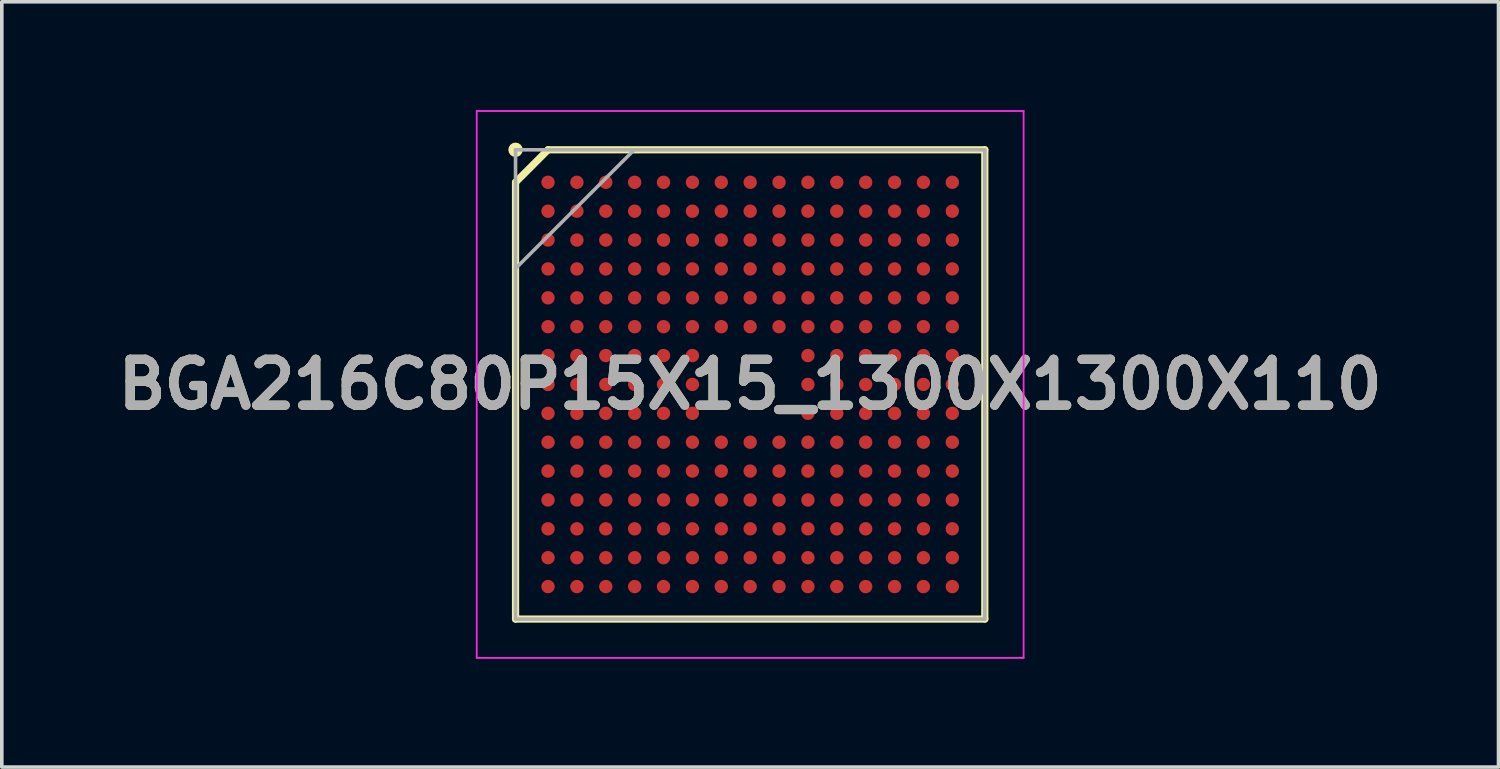
<source format=kicad_pcb>
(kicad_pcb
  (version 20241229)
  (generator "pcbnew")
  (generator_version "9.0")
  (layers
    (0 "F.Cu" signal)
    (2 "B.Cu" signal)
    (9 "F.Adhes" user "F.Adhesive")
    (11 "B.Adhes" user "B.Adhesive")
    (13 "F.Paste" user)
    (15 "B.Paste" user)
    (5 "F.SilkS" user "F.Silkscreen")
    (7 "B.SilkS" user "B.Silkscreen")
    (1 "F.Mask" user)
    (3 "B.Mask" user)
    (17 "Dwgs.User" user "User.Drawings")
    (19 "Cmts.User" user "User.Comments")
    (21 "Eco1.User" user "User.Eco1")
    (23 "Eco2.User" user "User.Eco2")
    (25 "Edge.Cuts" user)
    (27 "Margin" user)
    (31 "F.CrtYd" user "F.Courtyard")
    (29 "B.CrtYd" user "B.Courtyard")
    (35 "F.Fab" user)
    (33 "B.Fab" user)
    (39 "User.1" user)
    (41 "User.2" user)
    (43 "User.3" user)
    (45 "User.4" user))
  (footprint "BGA216C80P15X15_1300X1300X110"
    (layer "F.Cu")
    (at 17.732 7.6)
    (property "Reference" "BGA216C80P15X15_1300X1300X110" (at 0 0 0) (layer "F.SilkS") (effects (font (size 1.27 1.27) (thickness 0.254))))
    (attr smd)
    (fp_line (start -6.5 -5.6) (end -5.6 -6.5) (stroke (width 0.2) (type solid)) (layer "F.SilkS"))
    (fp_line (start -6.5 6.5) (end -6.5 -5.6) (stroke (width 0.2) (type solid)) (layer "F.SilkS"))
    (fp_line (start -5.6 -6.5) (end 6.5 -6.5) (stroke (width 0.2) (type solid)) (layer "F.SilkS"))
    (fp_line (start 6.5 -6.5) (end 6.5 6.5) (stroke (width 0.2) (type solid)) (layer "F.SilkS"))
    (fp_line (start 6.5 6.5) (end -6.5 6.5) (stroke (width 0.2) (type solid)) (layer "F.SilkS"))
    (fp_circle (center -6.5 -6.5) (end -6.5 -6.4) (stroke (width 0.2) (type solid)) (fill no) (layer "F.SilkS"))
    (fp_line (start -7.575 -7.575) (end 7.575 -7.575) (stroke (width 0.05) (type solid)) (layer "F.CrtYd"))
    (fp_line (start -7.575 7.575) (end -7.575 -7.575) (stroke (width 0.05) (type solid)) (layer "F.CrtYd"))
    (fp_line (start 7.575 -7.575) (end 7.575 7.575) (stroke (width 0.05) (type solid)) (layer "F.CrtYd"))
    (fp_line (start 7.575 7.575) (end -7.575 7.575) (stroke (width 0.05) (type solid)) (layer "F.CrtYd"))
    (fp_line (start -6.5 -6.5) (end 6.5 -6.5) (stroke (width 0.1) (type solid)) (layer "F.Fab"))
    (fp_line (start -6.5 -3.212) (end -3.212 -6.5) (stroke (width 0.1) (type solid)) (layer "F.Fab"))
    (fp_line (start -6.5 6.5) (end -6.5 -6.5) (stroke (width 0.1) (type solid)) (layer "F.Fab"))
    (fp_line (start 6.5 -6.5) (end 6.5 6.5) (stroke (width 0.1) (type solid)) (layer "F.Fab"))
    (fp_line (start 6.5 6.5) (end -6.5 6.5) (stroke (width 0.1) (type solid)) (layer "F.Fab"))
    (fp_text user "${REFERENCE}" (at 0 0 0) (layer "F.Fab") (effects (font (size 1.27 1.27) (thickness 0.254))))
    (pad "A1" smd circle (at -5.6 -5.6 90) (size 0.37 0.37) (layers "F.Cu" "F.Mask" "F.Paste"))
    (pad "A2" smd circle (at -4.8 -5.6 90) (size 0.37 0.37) (layers "F.Cu" "F.Mask" "F.Paste"))
    (pad "A3" smd circle (at -4 -5.6 90) (size 0.37 0.37) (layers "F.Cu" "F.Mask" "F.Paste"))
    (pad "A4" smd circle (at -3.2 -5.6 90) (size 0.37 0.37) (layers "F.Cu" "F.Mask" "F.Paste"))
    (pad "A5" smd circle (at -2.4 -5.6 90) (size 0.37 0.37) (layers "F.Cu" "F.Mask" "F.Paste"))
    (pad "A6" smd circle (at -1.6 -5.6 90) (size 0.37 0.37) (layers "F.Cu" "F.Mask" "F.Paste"))
    (pad "A7" smd circle (at -0.8 -5.6 90) (size 0.37 0.37) (layers "F.Cu" "F.Mask" "F.Paste"))
    (pad "A8" smd circle (at 0 -5.6 90) (size 0.37 0.37) (layers "F.Cu" "F.Mask" "F.Paste"))
    (pad "A9" smd circle (at 0.8 -5.6 90) (size 0.37 0.37) (layers "F.Cu" "F.Mask" "F.Paste"))
    (pad "A10" smd circle (at 1.6 -5.6 90) (size 0.37 0.37) (layers "F.Cu" "F.Mask" "F.Paste"))
    (pad "A11" smd circle (at 2.4 -5.6 90) (size 0.37 0.37) (layers "F.Cu" "F.Mask" "F.Paste"))
    (pad "A12" smd circle (at 3.2 -5.6 90) (size 0.37 0.37) (layers "F.Cu" "F.Mask" "F.Paste"))
    (pad "A13" smd circle (at 4 -5.6 90) (size 0.37 0.37) (layers "F.Cu" "F.Mask" "F.Paste"))
    (pad "A14" smd circle (at 4.8 -5.6 90) (size 0.37 0.37) (layers "F.Cu" "F.Mask" "F.Paste"))
    (pad "A15" smd circle (at 5.6 -5.6 90) (size 0.37 0.37) (layers "F.Cu" "F.Mask" "F.Paste"))
    (pad "B1" smd circle (at -5.6 -4.8 90) (size 0.37 0.37) (layers "F.Cu" "F.Mask" "F.Paste"))
    (pad "B2" smd circle (at -4.8 -4.8 90) (size 0.37 0.37) (layers "F.Cu" "F.Mask" "F.Paste"))
    (pad "B3" smd circle (at -4 -4.8 90) (size 0.37 0.37) (layers "F.Cu" "F.Mask" "F.Paste"))
    (pad "B4" smd circle (at -3.2 -4.8 90) (size 0.37 0.37) (layers "F.Cu" "F.Mask" "F.Paste"))
    (pad "B5" smd circle (at -2.4 -4.8 90) (size 0.37 0.37) (layers "F.Cu" "F.Mask" "F.Paste"))
    (pad "B6" smd circle (at -1.6 -4.8 90) (size 0.37 0.37) (layers "F.Cu" "F.Mask" "F.Paste"))
    (pad "B7" smd circle (at -0.8 -4.8 90) (size 0.37 0.37) (layers "F.Cu" "F.Mask" "F.Paste"))
    (pad "B8" smd circle (at 0 -4.8 90) (size 0.37 0.37) (layers "F.Cu" "F.Mask" "F.Paste"))
    (pad "B9" smd circle (at 0.8 -4.8 90) (size 0.37 0.37) (layers "F.Cu" "F.Mask" "F.Paste"))
    (pad "B10" smd circle (at 1.6 -4.8 90) (size 0.37 0.37) (layers "F.Cu" "F.Mask" "F.Paste"))
    (pad "B11" smd circle (at 2.4 -4.8 90) (size 0.37 0.37) (layers "F.Cu" "F.Mask" "F.Paste"))
    (pad "B12" smd circle (at 3.2 -4.8 90) (size 0.37 0.37) (layers "F.Cu" "F.Mask" "F.Paste"))
    (pad "B13" smd circle (at 4 -4.8 90) (size 0.37 0.37) (layers "F.Cu" "F.Mask" "F.Paste"))
    (pad "B14" smd circle (at 4.8 -4.8 90) (size 0.37 0.37) (layers "F.Cu" "F.Mask" "F.Paste"))
    (pad "B15" smd circle (at 5.6 -4.8 90) (size 0.37 0.37) (layers "F.Cu" "F.Mask" "F.Paste"))
    (pad "C1" smd circle (at -5.6 -4 90) (size 0.37 0.37) (layers "F.Cu" "F.Mask" "F.Paste"))
    (pad "C2" smd circle (at -4.8 -4 90) (size 0.37 0.37) (layers "F.Cu" "F.Mask" "F.Paste"))
    (pad "C3" smd circle (at -4 -4 90) (size 0.37 0.37) (layers "F.Cu" "F.Mask" "F.Paste"))
    (pad "C4" smd circle (at -3.2 -4 90) (size 0.37 0.37) (layers "F.Cu" "F.Mask" "F.Paste"))
    (pad "C5" smd circle (at -2.4 -4 90) (size 0.37 0.37) (layers "F.Cu" "F.Mask" "F.Paste"))
    (pad "C6" smd circle (at -1.6 -4 90) (size 0.37 0.37) (layers "F.Cu" "F.Mask" "F.Paste"))
    (pad "C7" smd circle (at -0.8 -4 90) (size 0.37 0.37) (layers "F.Cu" "F.Mask" "F.Paste"))
    (pad "C8" smd circle (at 0 -4 90) (size 0.37 0.37) (layers "F.Cu" "F.Mask" "F.Paste"))
    (pad "C9" smd circle (at 0.8 -4 90) (size 0.37 0.37) (layers "F.Cu" "F.Mask" "F.Paste"))
    (pad "C10" smd circle (at 1.6 -4 90) (size 0.37 0.37) (layers "F.Cu" "F.Mask" "F.Paste"))
    (pad "C11" smd circle (at 2.4 -4 90) (size 0.37 0.37) (layers "F.Cu" "F.Mask" "F.Paste"))
    (pad "C12" smd circle (at 3.2 -4 90) (size 0.37 0.37) (layers "F.Cu" "F.Mask" "F.Paste"))
    (pad "C13" smd circle (at 4 -4 90) (size 0.37 0.37) (layers "F.Cu" "F.Mask" "F.Paste"))
    (pad "C14" smd circle (at 4.8 -4 90) (size 0.37 0.37) (layers "F.Cu" "F.Mask" "F.Paste"))
    (pad "C15" smd circle (at 5.6 -4 90) (size 0.37 0.37) (layers "F.Cu" "F.Mask" "F.Paste"))
    (pad "D1" smd circle (at -5.6 -3.2 90) (size 0.37 0.37) (layers "F.Cu" "F.Mask" "F.Paste"))
    (pad "D2" smd circle (at -4.8 -3.2 90) (size 0.37 0.37) (layers "F.Cu" "F.Mask" "F.Paste"))
    (pad "D3" smd circle (at -4 -3.2 90) (size 0.37 0.37) (layers "F.Cu" "F.Mask" "F.Paste"))
    (pad "D4" smd circle (at -3.2 -3.2 90) (size 0.37 0.37) (layers "F.Cu" "F.Mask" "F.Paste"))
    (pad "D5" smd circle (at -2.4 -3.2 90) (size 0.37 0.37) (layers "F.Cu" "F.Mask" "F.Paste"))
    (pad "D6" smd circle (at -1.6 -3.2 90) (size 0.37 0.37) (layers "F.Cu" "F.Mask" "F.Paste"))
    (pad "D7" smd circle (at -0.8 -3.2 90) (size 0.37 0.37) (layers "F.Cu" "F.Mask" "F.Paste"))
    (pad "D8" smd circle (at 0 -3.2 90) (size 0.37 0.37) (layers "F.Cu" "F.Mask" "F.Paste"))
    (pad "D9" smd circle (at 0.8 -3.2 90) (size 0.37 0.37) (layers "F.Cu" "F.Mask" "F.Paste"))
    (pad "D10" smd circle (at 1.6 -3.2 90) (size 0.37 0.37) (layers "F.Cu" "F.Mask" "F.Paste"))
    (pad "D11" smd circle (at 2.4 -3.2 90) (size 0.37 0.37) (layers "F.Cu" "F.Mask" "F.Paste"))
    (pad "D12" smd circle (at 3.2 -3.2 90) (size 0.37 0.37) (layers "F.Cu" "F.Mask" "F.Paste"))
    (pad "D13" smd circle (at 4 -3.2 90) (size 0.37 0.37) (layers "F.Cu" "F.Mask" "F.Paste"))
    (pad "D14" smd circle (at 4.8 -3.2 90) (size 0.37 0.37) (layers "F.Cu" "F.Mask" "F.Paste"))
    (pad "D15" smd circle (at 5.6 -3.2 90) (size 0.37 0.37) (layers "F.Cu" "F.Mask" "F.Paste"))
    (pad "E1" smd circle (at -5.6 -2.4 90) (size 0.37 0.37) (layers "F.Cu" "F.Mask" "F.Paste"))
    (pad "E2" smd circle (at -4.8 -2.4 90) (size 0.37 0.37) (layers "F.Cu" "F.Mask" "F.Paste"))
    (pad "E3" smd circle (at -4 -2.4 90) (size 0.37 0.37) (layers "F.Cu" "F.Mask" "F.Paste"))
    (pad "E4" smd circle (at -3.2 -2.4 90) (size 0.37 0.37) (layers "F.Cu" "F.Mask" "F.Paste"))
    (pad "E5" smd circle (at -2.4 -2.4 90) (size 0.37 0.37) (layers "F.Cu" "F.Mask" "F.Paste"))
    (pad "E6" smd circle (at -1.6 -2.4 90) (size 0.37 0.37) (layers "F.Cu" "F.Mask" "F.Paste"))
    (pad "E7" smd circle (at -0.8 -2.4 90) (size 0.37 0.37) (layers "F.Cu" "F.Mask" "F.Paste"))
    (pad "E8" smd circle (at 0 -2.4 90) (size 0.37 0.37) (layers "F.Cu" "F.Mask" "F.Paste"))
    (pad "E9" smd circle (at 0.8 -2.4 90) (size 0.37 0.37) (layers "F.Cu" "F.Mask" "F.Paste"))
    (pad "E10" smd circle (at 1.6 -2.4 90) (size 0.37 0.37) (layers "F.Cu" "F.Mask" "F.Paste"))
    (pad "E11" smd circle (at 2.4 -2.4 90) (size 0.37 0.37) (layers "F.Cu" "F.Mask" "F.Paste"))
    (pad "E12" smd circle (at 3.2 -2.4 90) (size 0.37 0.37) (layers "F.Cu" "F.Mask" "F.Paste"))
    (pad "E13" smd circle (at 4 -2.4 90) (size 0.37 0.37) (layers "F.Cu" "F.Mask" "F.Paste"))
    (pad "E14" smd circle (at 4.8 -2.4 90) (size 0.37 0.37) (layers "F.Cu" "F.Mask" "F.Paste"))
    (pad "E15" smd circle (at 5.6 -2.4 90) (size 0.37 0.37) (layers "F.Cu" "F.Mask" "F.Paste"))
    (pad "F1" smd circle (at -5.6 -1.6 90) (size 0.37 0.37) (layers "F.Cu" "F.Mask" "F.Paste"))
    (pad "F2" smd circle (at -4.8 -1.6 90) (size 0.37 0.37) (layers "F.Cu" "F.Mask" "F.Paste"))
    (pad "F3" smd circle (at -4 -1.6 90) (size 0.37 0.37) (layers "F.Cu" "F.Mask" "F.Paste"))
    (pad "F4" smd circle (at -3.2 -1.6 90) (size 0.37 0.37) (layers "F.Cu" "F.Mask" "F.Paste"))
    (pad "F5" smd circle (at -2.4 -1.6 90) (size 0.37 0.37) (layers "F.Cu" "F.Mask" "F.Paste"))
    (pad "F6" smd circle (at -1.6 -1.6 90) (size 0.37 0.37) (layers "F.Cu" "F.Mask" "F.Paste"))
    (pad "F7" smd circle (at -0.8 -1.6 90) (size 0.37 0.37) (layers "F.Cu" "F.Mask" "F.Paste"))
    (pad "F8" smd circle (at 0 -1.6 90) (size 0.37 0.37) (layers "F.Cu" "F.Mask" "F.Paste"))
    (pad "F9" smd circle (at 0.8 -1.6 90) (size 0.37 0.37) (layers "F.Cu" "F.Mask" "F.Paste"))
    (pad "F10" smd circle (at 1.6 -1.6 90) (size 0.37 0.37) (layers "F.Cu" "F.Mask" "F.Paste"))
    (pad "F11" smd circle (at 2.4 -1.6 90) (size 0.37 0.37) (layers "F.Cu" "F.Mask" "F.Paste"))
    (pad "F12" smd circle (at 3.2 -1.6 90) (size 0.37 0.37) (layers "F.Cu" "F.Mask" "F.Paste"))
    (pad "F13" smd circle (at 4 -1.6 90) (size 0.37 0.37) (layers "F.Cu" "F.Mask" "F.Paste"))
    (pad "F14" smd circle (at 4.8 -1.6 90) (size 0.37 0.37) (layers "F.Cu" "F.Mask" "F.Paste"))
    (pad "F15" smd circle (at 5.6 -1.6 90) (size 0.37 0.37) (layers "F.Cu" "F.Mask" "F.Paste"))
    (pad "G1" smd circle (at -5.6 -0.8 90) (size 0.37 0.37) (layers "F.Cu" "F.Mask" "F.Paste"))
    (pad "G2" smd circle (at -4.8 -0.8 90) (size 0.37 0.37) (layers "F.Cu" "F.Mask" "F.Paste"))
    (pad "G3" smd circle (at -4 -0.8 90) (size 0.37 0.37) (layers "F.Cu" "F.Mask" "F.Paste"))
    (pad "G4" smd circle (at -3.2 -0.8 90) (size 0.37 0.37) (layers "F.Cu" "F.Mask" "F.Paste"))
    (pad "G5" smd circle (at -2.4 -0.8 90) (size 0.37 0.37) (layers "F.Cu" "F.Mask" "F.Paste"))
    (pad "G6" smd circle (at -1.6 -0.8 90) (size 0.37 0.37) (layers "F.Cu" "F.Mask" "F.Paste"))
    (pad "G10" smd circle (at 1.6 -0.8 90) (size 0.37 0.37) (layers "F.Cu" "F.Mask" "F.Paste"))
    (pad "G11" smd circle (at 2.4 -0.8 90) (size 0.37 0.37) (layers "F.Cu" "F.Mask" "F.Paste"))
    (pad "G12" smd circle (at 3.2 -0.8 90) (size 0.37 0.37) (layers "F.Cu" "F.Mask" "F.Paste"))
    (pad "G13" smd circle (at 4 -0.8 90) (size 0.37 0.37) (layers "F.Cu" "F.Mask" "F.Paste"))
    (pad "G14" smd circle (at 4.8 -0.8 90) (size 0.37 0.37) (layers "F.Cu" "F.Mask" "F.Paste"))
    (pad "G15" smd circle (at 5.6 -0.8 90) (size 0.37 0.37) (layers "F.Cu" "F.Mask" "F.Paste"))
    (pad "H1" smd circle (at -5.6 0 90) (size 0.37 0.37) (layers "F.Cu" "F.Mask" "F.Paste"))
    (pad "H2" smd circle (at -4.8 0 90) (size 0.37 0.37) (layers "F.Cu" "F.Mask" "F.Paste"))
    (pad "H3" smd circle (at -4 0 90) (size 0.37 0.37) (layers "F.Cu" "F.Mask" "F.Paste"))
    (pad "H4" smd circle (at -3.2 0 90) (size 0.37 0.37) (layers "F.Cu" "F.Mask" "F.Paste"))
    (pad "H5" smd circle (at -2.4 0 90) (size 0.37 0.37) (layers "F.Cu" "F.Mask" "F.Paste"))
    (pad "H6" smd circle (at -1.6 0 90) (size 0.37 0.37) (layers "F.Cu" "F.Mask" "F.Paste"))
    (pad "H10" smd circle (at 1.6 0 90) (size 0.37 0.37) (layers "F.Cu" "F.Mask" "F.Paste"))
    (pad "H11" smd circle (at 2.4 0 90) (size 0.37 0.37) (layers "F.Cu" "F.Mask" "F.Paste"))
    (pad "H12" smd circle (at 3.2 0 90) (size 0.37 0.37) (layers "F.Cu" "F.Mask" "F.Paste"))
    (pad "H13" smd circle (at 4 0 90) (size 0.37 0.37) (layers "F.Cu" "F.Mask" "F.Paste"))
    (pad "H14" smd circle (at 4.8 0 90) (size 0.37 0.37) (layers "F.Cu" "F.Mask" "F.Paste"))
    (pad "H15" smd circle (at 5.6 0 90) (size 0.37 0.37) (layers "F.Cu" "F.Mask" "F.Paste"))
    (pad "J1" smd circle (at -5.6 0.8 90) (size 0.37 0.37) (layers "F.Cu" "F.Mask" "F.Paste"))
    (pad "J2" smd circle (at -4.8 0.8 90) (size 0.37 0.37) (layers "F.Cu" "F.Mask" "F.Paste"))
    (pad "J3" smd circle (at -4 0.8 90) (size 0.37 0.37) (layers "F.Cu" "F.Mask" "F.Paste"))
    (pad "J4" smd circle (at -3.2 0.8 90) (size 0.37 0.37) (layers "F.Cu" "F.Mask" "F.Paste"))
    (pad "J5" smd circle (at -2.4 0.8 90) (size 0.37 0.37) (layers "F.Cu" "F.Mask" "F.Paste"))
    (pad "J6" smd circle (at -1.6 0.8 90) (size 0.37 0.37) (layers "F.Cu" "F.Mask" "F.Paste"))
    (pad "J10" smd circle (at 1.6 0.8 90) (size 0.37 0.37) (layers "F.Cu" "F.Mask" "F.Paste"))
    (pad "J11" smd circle (at 2.4 0.8 90) (size 0.37 0.37) (layers "F.Cu" "F.Mask" "F.Paste"))
    (pad "J12" smd circle (at 3.2 0.8 90) (size 0.37 0.37) (layers "F.Cu" "F.Mask" "F.Paste"))
    (pad "J13" smd circle (at 4 0.8 90) (size 0.37 0.37) (layers "F.Cu" "F.Mask" "F.Paste"))
    (pad "J14" smd circle (at 4.8 0.8 90) (size 0.37 0.37) (layers "F.Cu" "F.Mask" "F.Paste"))
    (pad "J15" smd circle (at 5.6 0.8 90) (size 0.37 0.37) (layers "F.Cu" "F.Mask" "F.Paste"))
    (pad "K1" smd circle (at -5.6 1.6 90) (size 0.37 0.37) (layers "F.Cu" "F.Mask" "F.Paste"))
    (pad "K2" smd circle (at -4.8 1.6 90) (size 0.37 0.37) (layers "F.Cu" "F.Mask" "F.Paste"))
    (pad "K3" smd circle (at -4 1.6 90) (size 0.37 0.37) (layers "F.Cu" "F.Mask" "F.Paste"))
    (pad "K4" smd circle (at -3.2 1.6 90) (size 0.37 0.37) (layers "F.Cu" "F.Mask" "F.Paste"))
    (pad "K5" smd circle (at -2.4 1.6 90) (size 0.37 0.37) (layers "F.Cu" "F.Mask" "F.Paste"))
    (pad "K6" smd circle (at -1.6 1.6 90) (size 0.37 0.37) (layers "F.Cu" "F.Mask" "F.Paste"))
    (pad "K7" smd circle (at -0.8 1.6 90) (size 0.37 0.37) (layers "F.Cu" "F.Mask" "F.Paste"))
    (pad "K8" smd circle (at 0 1.6 90) (size 0.37 0.37) (layers "F.Cu" "F.Mask" "F.Paste"))
    (pad "K9" smd circle (at 0.8 1.6 90) (size 0.37 0.37) (layers "F.Cu" "F.Mask" "F.Paste"))
    (pad "K10" smd circle (at 1.6 1.6 90) (size 0.37 0.37) (layers "F.Cu" "F.Mask" "F.Paste"))
    (pad "K11" smd circle (at 2.4 1.6 90) (size 0.37 0.37) (layers "F.Cu" "F.Mask" "F.Paste"))
    (pad "K12" smd circle (at 3.2 1.6 90) (size 0.37 0.37) (layers "F.Cu" "F.Mask" "F.Paste"))
    (pad "K13" smd circle (at 4 1.6 90) (size 0.37 0.37) (layers "F.Cu" "F.Mask" "F.Paste"))
    (pad "K14" smd circle (at 4.8 1.6 90) (size 0.37 0.37) (layers "F.Cu" "F.Mask" "F.Paste"))
    (pad "K15" smd circle (at 5.6 1.6 90) (size 0.37 0.37) (layers "F.Cu" "F.Mask" "F.Paste"))
    (pad "L1" smd circle (at -5.6 2.4 90) (size 0.37 0.37) (layers "F.Cu" "F.Mask" "F.Paste"))
    (pad "L2" smd circle (at -4.8 2.4 90) (size 0.37 0.37) (layers "F.Cu" "F.Mask" "F.Paste"))
    (pad "L3" smd circle (at -4 2.4 90) (size 0.37 0.37) (layers "F.Cu" "F.Mask" "F.Paste"))
    (pad "L4" smd circle (at -3.2 2.4 90) (size 0.37 0.37) (layers "F.Cu" "F.Mask" "F.Paste"))
    (pad "L5" smd circle (at -2.4 2.4 90) (size 0.37 0.37) (layers "F.Cu" "F.Mask" "F.Paste"))
    (pad "L6" smd circle (at -1.6 2.4 90) (size 0.37 0.37) (layers "F.Cu" "F.Mask" "F.Paste"))
    (pad "L7" smd circle (at -0.8 2.4 90) (size 0.37 0.37) (layers "F.Cu" "F.Mask" "F.Paste"))
    (pad "L8" smd circle (at 0 2.4 90) (size 0.37 0.37) (layers "F.Cu" "F.Mask" "F.Paste"))
    (pad "L9" smd circle (at 0.8 2.4 90) (size 0.37 0.37) (layers "F.Cu" "F.Mask" "F.Paste"))
    (pad "L10" smd circle (at 1.6 2.4 90) (size 0.37 0.37) (layers "F.Cu" "F.Mask" "F.Paste"))
    (pad "L11" smd circle (at 2.4 2.4 90) (size 0.37 0.37) (layers "F.Cu" "F.Mask" "F.Paste"))
    (pad "L12" smd circle (at 3.2 2.4 90) (size 0.37 0.37) (layers "F.Cu" "F.Mask" "F.Paste"))
    (pad "L13" smd circle (at 4 2.4 90) (size 0.37 0.37) (layers "F.Cu" "F.Mask" "F.Paste"))
    (pad "L14" smd circle (at 4.8 2.4 90) (size 0.37 0.37) (layers "F.Cu" "F.Mask" "F.Paste"))
    (pad "L15" smd circle (at 5.6 2.4 90) (size 0.37 0.37) (layers "F.Cu" "F.Mask" "F.Paste"))
    (pad "M1" smd circle (at -5.6 3.2 90) (size 0.37 0.37) (layers "F.Cu" "F.Mask" "F.Paste"))
    (pad "M2" smd circle (at -4.8 3.2 90) (size 0.37 0.37) (layers "F.Cu" "F.Mask" "F.Paste"))
    (pad "M3" smd circle (at -4 3.2 90) (size 0.37 0.37) (layers "F.Cu" "F.Mask" "F.Paste"))
    (pad "M4" smd circle (at -3.2 3.2 90) (size 0.37 0.37) (layers "F.Cu" "F.Mask" "F.Paste"))
    (pad "M5" smd circle (at -2.4 3.2 90) (size 0.37 0.37) (layers "F.Cu" "F.Mask" "F.Paste"))
    (pad "M6" smd circle (at -1.6 3.2 90) (size 0.37 0.37) (layers "F.Cu" "F.Mask" "F.Paste"))
    (pad "M7" smd circle (at -0.8 3.2 90) (size 0.37 0.37) (layers "F.Cu" "F.Mask" "F.Paste"))
    (pad "M8" smd circle (at 0 3.2 90) (size 0.37 0.37) (layers "F.Cu" "F.Mask" "F.Paste"))
    (pad "M9" smd circle (at 0.8 3.2 90) (size 0.37 0.37) (layers "F.Cu" "F.Mask" "F.Paste"))
    (pad "M10" smd circle (at 1.6 3.2 90) (size 0.37 0.37) (layers "F.Cu" "F.Mask" "F.Paste"))
    (pad "M11" smd circle (at 2.4 3.2 90) (size 0.37 0.37) (layers "F.Cu" "F.Mask" "F.Paste"))
    (pad "M12" smd circle (at 3.2 3.2 90) (size 0.37 0.37) (layers "F.Cu" "F.Mask" "F.Paste"))
    (pad "M13" smd circle (at 4 3.2 90) (size 0.37 0.37) (layers "F.Cu" "F.Mask" "F.Paste"))
    (pad "M14" smd circle (at 4.8 3.2 90) (size 0.37 0.37) (layers "F.Cu" "F.Mask" "F.Paste"))
    (pad "M15" smd circle (at 5.6 3.2 90) (size 0.37 0.37) (layers "F.Cu" "F.Mask" "F.Paste"))
    (pad "N1" smd circle (at -5.6 4 90) (size 0.37 0.37) (layers "F.Cu" "F.Mask" "F.Paste"))
    (pad "N2" smd circle (at -4.8 4 90) (size 0.37 0.37) (layers "F.Cu" "F.Mask" "F.Paste"))
    (pad "N3" smd circle (at -4 4 90) (size 0.37 0.37) (layers "F.Cu" "F.Mask" "F.Paste"))
    (pad "N4" smd circle (at -3.2 4 90) (size 0.37 0.37) (layers "F.Cu" "F.Mask" "F.Paste"))
    (pad "N5" smd circle (at -2.4 4 90) (size 0.37 0.37) (layers "F.Cu" "F.Mask" "F.Paste"))
    (pad "N6" smd circle (at -1.6 4 90) (size 0.37 0.37) (layers "F.Cu" "F.Mask" "F.Paste"))
    (pad "N7" smd circle (at -0.8 4 90) (size 0.37 0.37) (layers "F.Cu" "F.Mask" "F.Paste"))
    (pad "N8" smd circle (at 0 4 90) (size 0.37 0.37) (layers "F.Cu" "F.Mask" "F.Paste"))
    (pad "N9" smd circle (at 0.8 4 90) (size 0.37 0.37) (layers "F.Cu" "F.Mask" "F.Paste"))
    (pad "N10" smd circle (at 1.6 4 90) (size 0.37 0.37) (layers "F.Cu" "F.Mask" "F.Paste"))
    (pad "N11" smd circle (at 2.4 4 90) (size 0.37 0.37) (layers "F.Cu" "F.Mask" "F.Paste"))
    (pad "N12" smd circle (at 3.2 4 90) (size 0.37 0.37) (layers "F.Cu" "F.Mask" "F.Paste"))
    (pad "N13" smd circle (at 4 4 90) (size 0.37 0.37) (layers "F.Cu" "F.Mask" "F.Paste"))
    (pad "N14" smd circle (at 4.8 4 90) (size 0.37 0.37) (layers "F.Cu" "F.Mask" "F.Paste"))
    (pad "N15" smd circle (at 5.6 4 90) (size 0.37 0.37) (layers "F.Cu" "F.Mask" "F.Paste"))
    (pad "P1" smd circle (at -5.6 4.8 90) (size 0.37 0.37) (layers "F.Cu" "F.Mask" "F.Paste"))
    (pad "P2" smd circle (at -4.8 4.8 90) (size 0.37 0.37) (layers "F.Cu" "F.Mask" "F.Paste"))
    (pad "P3" smd circle (at -4 4.8 90) (size 0.37 0.37) (layers "F.Cu" "F.Mask" "F.Paste"))
    (pad "P4" smd circle (at -3.2 4.8 90) (size 0.37 0.37) (layers "F.Cu" "F.Mask" "F.Paste"))
    (pad "P5" smd circle (at -2.4 4.8 90) (size 0.37 0.37) (layers "F.Cu" "F.Mask" "F.Paste"))
    (pad "P6" smd circle (at -1.6 4.8 90) (size 0.37 0.37) (layers "F.Cu" "F.Mask" "F.Paste"))
    (pad "P7" smd circle (at -0.8 4.8 90) (size 0.37 0.37) (layers "F.Cu" "F.Mask" "F.Paste"))
    (pad "P8" smd circle (at 0 4.8 90) (size 0.37 0.37) (layers "F.Cu" "F.Mask" "F.Paste"))
    (pad "P9" smd circle (at 0.8 4.8 90) (size 0.37 0.37) (layers "F.Cu" "F.Mask" "F.Paste"))
    (pad "P10" smd circle (at 1.6 4.8 90) (size 0.37 0.37) (layers "F.Cu" "F.Mask" "F.Paste"))
    (pad "P11" smd circle (at 2.4 4.8 90) (size 0.37 0.37) (layers "F.Cu" "F.Mask" "F.Paste"))
    (pad "P12" smd circle (at 3.2 4.8 90) (size 0.37 0.37) (layers "F.Cu" "F.Mask" "F.Paste"))
    (pad "P13" smd circle (at 4 4.8 90) (size 0.37 0.37) (layers "F.Cu" "F.Mask" "F.Paste"))
    (pad "P14" smd circle (at 4.8 4.8 90) (size 0.37 0.37) (layers "F.Cu" "F.Mask" "F.Paste"))
    (pad "P15" smd circle (at 5.6 4.8 90) (size 0.37 0.37) (layers "F.Cu" "F.Mask" "F.Paste"))
    (pad "R1" smd circle (at -5.6 5.6 90) (size 0.37 0.37) (layers "F.Cu" "F.Mask" "F.Paste"))
    (pad "R2" smd circle (at -4.8 5.6 90) (size 0.37 0.37) (layers "F.Cu" "F.Mask" "F.Paste"))
    (pad "R3" smd circle (at -4 5.6 90) (size 0.37 0.37) (layers "F.Cu" "F.Mask" "F.Paste"))
    (pad "R4" smd circle (at -3.2 5.6 90) (size 0.37 0.37) (layers "F.Cu" "F.Mask" "F.Paste"))
    (pad "R5" smd circle (at -2.4 5.6 90) (size 0.37 0.37) (layers "F.Cu" "F.Mask" "F.Paste"))
    (pad "R6" smd circle (at -1.6 5.6 90) (size 0.37 0.37) (layers "F.Cu" "F.Mask" "F.Paste"))
    (pad "R7" smd circle (at -0.8 5.6 90) (size 0.37 0.37) (layers "F.Cu" "F.Mask" "F.Paste"))
    (pad "R8" smd circle (at 0 5.6 90) (size 0.37 0.37) (layers "F.Cu" "F.Mask" "F.Paste"))
    (pad "R9" smd circle (at 0.8 5.6 90) (size 0.37 0.37) (layers "F.Cu" "F.Mask" "F.Paste"))
    (pad "R10" smd circle (at 1.6 5.6 90) (size 0.37 0.37) (layers "F.Cu" "F.Mask" "F.Paste"))
    (pad "R11" smd circle (at 2.4 5.6 90) (size 0.37 0.37) (layers "F.Cu" "F.Mask" "F.Paste"))
    (pad "R12" smd circle (at 3.2 5.6 90) (size 0.37 0.37) (layers "F.Cu" "F.Mask" "F.Paste"))
    (pad "R13" smd circle (at 4 5.6 90) (size 0.37 0.37) (layers "F.Cu" "F.Mask" "F.Paste"))
    (pad "R14" smd circle (at 4.8 5.6 90) (size 0.37 0.37) (layers "F.Cu" "F.Mask" "F.Paste"))
    (pad "R15" smd circle (at 5.6 5.6 90) (size 0.37 0.37) (layers "F.Cu" "F.Mask" "F.Paste")))
  (gr_rect
    (start -3 -3)
    (end 38.463 18.2)
    (stroke (width 0.1) (type default))
    (fill no)
    (layer "Edge.Cuts")))
</source>
